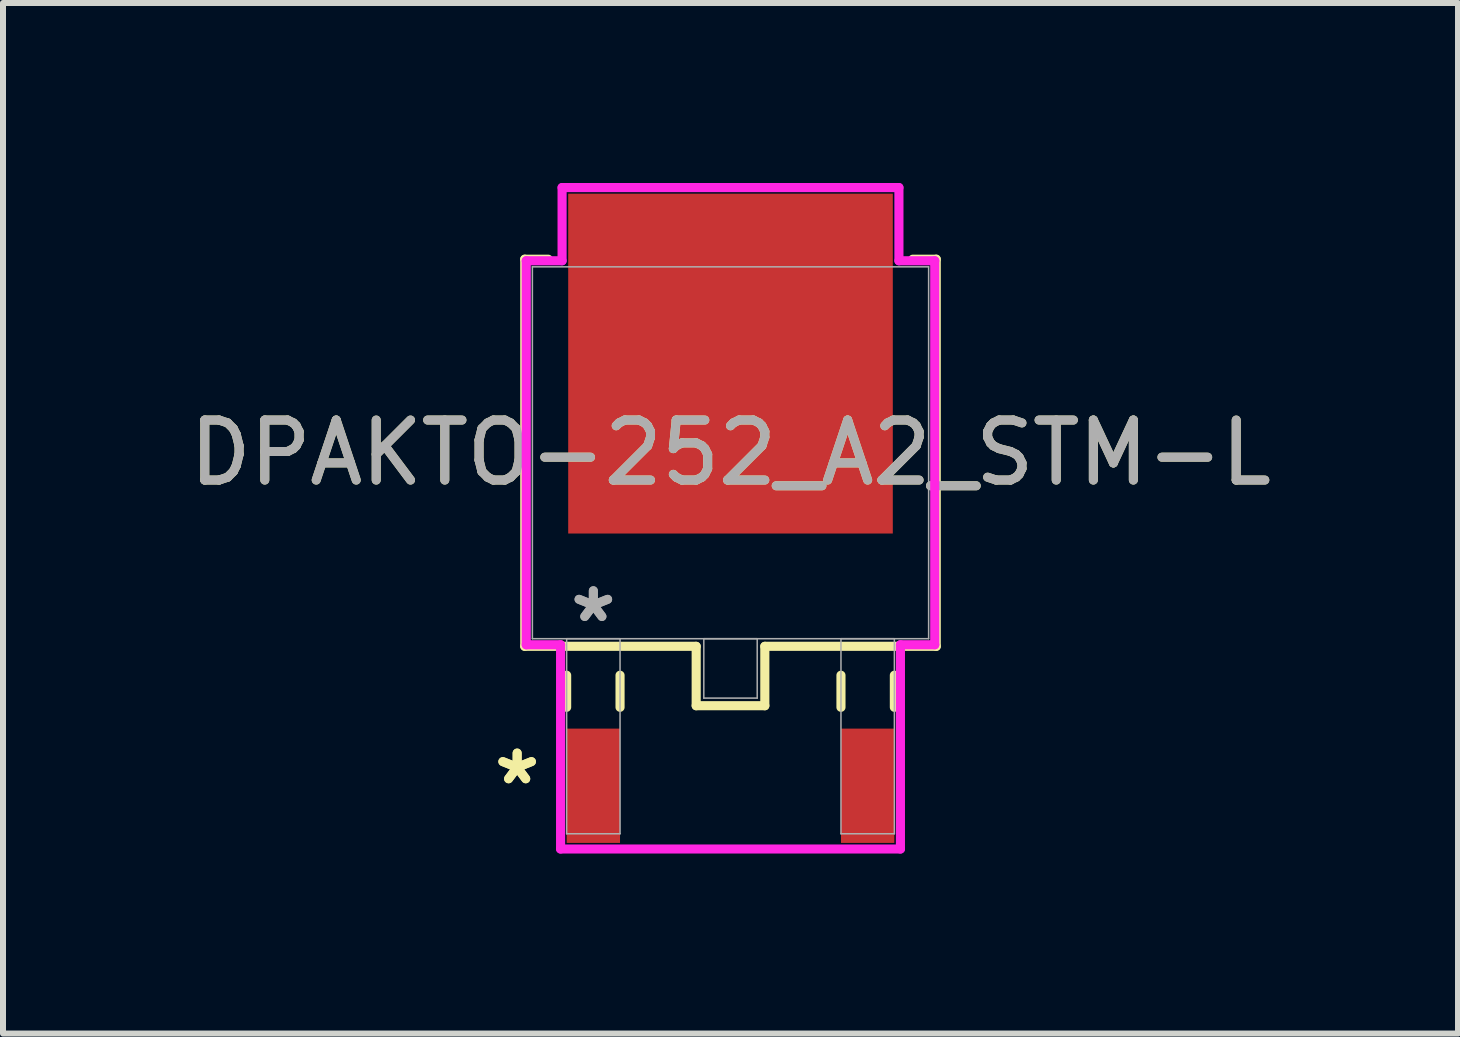
<source format=kicad_pcb>
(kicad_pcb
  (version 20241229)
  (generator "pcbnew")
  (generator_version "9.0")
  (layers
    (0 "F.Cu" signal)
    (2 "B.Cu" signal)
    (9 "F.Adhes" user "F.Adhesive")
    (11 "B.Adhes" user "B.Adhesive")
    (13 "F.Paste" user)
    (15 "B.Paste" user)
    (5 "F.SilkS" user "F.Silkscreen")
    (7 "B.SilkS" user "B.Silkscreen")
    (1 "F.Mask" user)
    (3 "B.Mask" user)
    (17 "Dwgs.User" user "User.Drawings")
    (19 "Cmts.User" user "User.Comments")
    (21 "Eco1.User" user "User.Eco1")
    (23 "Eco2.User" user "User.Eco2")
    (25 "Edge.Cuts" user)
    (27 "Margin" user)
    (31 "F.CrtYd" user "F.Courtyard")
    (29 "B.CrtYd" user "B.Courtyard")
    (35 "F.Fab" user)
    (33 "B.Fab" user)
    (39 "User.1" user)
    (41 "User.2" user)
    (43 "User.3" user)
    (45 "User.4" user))
  (footprint "DPAKTO-252_A2_STM-L"
    (layer "F.Cu")
    (at 9.125 4.496)
    (property "Reference" "DPAKTO-252_A2_STM-L" (at 0 0 0) (unlocked yes) (layer "F.SilkS") (effects (font (size 1 1) (thickness 0.15))))
    (attr smd)
    (fp_line (start -3.429 -3.226) (end -3.429 3.226) (stroke (width 0.152) (type solid)) (layer "F.SilkS"))
    (fp_line (start -3.429 3.226) (end -0.572 3.226) (stroke (width 0.152) (type solid)) (layer "F.SilkS"))
    (fp_line (start -3.038 -3.226) (end -3.429 -3.226) (stroke (width 0.152) (type solid)) (layer "F.SilkS"))
    (fp_line (start -2.731 3.708) (end -2.731 4.242) (stroke (width 0.152) (type solid)) (layer "F.SilkS"))
    (fp_line (start -1.841 3.708) (end -1.841 4.242) (stroke (width 0.152) (type solid)) (layer "F.SilkS"))
    (fp_line (start -0.572 3.226) (end -0.572 4.216) (stroke (width 0.152) (type solid)) (layer "F.SilkS"))
    (fp_line (start -0.572 4.216) (end 0.572 4.216) (stroke (width 0.152) (type solid)) (layer "F.SilkS"))
    (fp_line (start 0.572 3.226) (end 3.429 3.226) (stroke (width 0.152) (type solid)) (layer "F.SilkS"))
    (fp_line (start 0.572 4.216) (end 0.572 3.226) (stroke (width 0.152) (type solid)) (layer "F.SilkS"))
    (fp_line (start 1.841 3.708) (end 1.841 4.242) (stroke (width 0.152) (type solid)) (layer "F.SilkS"))
    (fp_line (start 2.731 3.708) (end 2.731 4.242) (stroke (width 0.152) (type solid)) (layer "F.SilkS"))
    (fp_line (start 3.429 -3.226) (end 3.038 -3.226) (stroke (width 0.152) (type solid)) (layer "F.SilkS"))
    (fp_line (start 3.429 3.226) (end 3.429 -3.226) (stroke (width 0.152) (type solid)) (layer "F.SilkS"))
    (fp_line (start -3.404 -3.2) (end -2.807 -3.2) (stroke (width 0.152) (type solid)) (layer "F.CrtYd"))
    (fp_line (start -3.404 3.2) (end -3.404 -3.2) (stroke (width 0.152) (type solid)) (layer "F.CrtYd"))
    (fp_line (start -2.832 3.2) (end -3.404 3.2) (stroke (width 0.152) (type solid)) (layer "F.CrtYd"))
    (fp_line (start -2.832 6.604) (end -2.832 3.2) (stroke (width 0.152) (type solid)) (layer "F.CrtYd"))
    (fp_line (start -2.807 -4.42) (end 2.807 -4.42) (stroke (width 0.152) (type solid)) (layer "F.CrtYd"))
    (fp_line (start -2.807 -3.2) (end -2.807 -4.42) (stroke (width 0.152) (type solid)) (layer "F.CrtYd"))
    (fp_line (start 2.807 -4.42) (end 2.807 -3.2) (stroke (width 0.152) (type solid)) (layer "F.CrtYd"))
    (fp_line (start 2.807 -3.2) (end 3.404 -3.2) (stroke (width 0.152) (type solid)) (layer "F.CrtYd"))
    (fp_line (start 2.832 3.2) (end 2.832 6.604) (stroke (width 0.152) (type solid)) (layer "F.CrtYd"))
    (fp_line (start 2.832 6.604) (end -2.832 6.604) (stroke (width 0.152) (type solid)) (layer "F.CrtYd"))
    (fp_line (start 3.404 -3.2) (end 3.404 3.2) (stroke (width 0.152) (type solid)) (layer "F.CrtYd"))
    (fp_line (start 3.404 3.2) (end 2.832 3.2) (stroke (width 0.152) (type solid)) (layer "F.CrtYd"))
    (fp_line (start -3.302 -3.099) (end -3.302 3.099) (stroke (width 0.025) (type solid)) (layer "F.Fab"))
    (fp_line (start -3.302 3.099) (end 3.302 3.099) (stroke (width 0.025) (type solid)) (layer "F.Fab"))
    (fp_line (start -2.731 3.099) (end -2.731 6.35) (stroke (width 0.025) (type solid)) (layer "F.Fab"))
    (fp_line (start -2.731 6.35) (end -1.841 6.35) (stroke (width 0.025) (type solid)) (layer "F.Fab"))
    (fp_line (start -1.841 3.099) (end -2.731 3.099) (stroke (width 0.025) (type solid)) (layer "F.Fab"))
    (fp_line (start -1.841 6.35) (end -1.841 3.099) (stroke (width 0.025) (type solid)) (layer "F.Fab"))
    (fp_line (start -0.445 3.099) (end -0.445 4.089) (stroke (width 0.025) (type solid)) (layer "F.Fab"))
    (fp_line (start -0.445 4.089) (end 0.445 4.089) (stroke (width 0.025) (type solid)) (layer "F.Fab"))
    (fp_line (start 0.445 3.099) (end -0.445 3.099) (stroke (width 0.025) (type solid)) (layer "F.Fab"))
    (fp_line (start 0.445 4.089) (end 0.445 3.099) (stroke (width 0.025) (type solid)) (layer "F.Fab"))
    (fp_line (start 1.841 3.099) (end 1.841 6.35) (stroke (width 0.025) (type solid)) (layer "F.Fab"))
    (fp_line (start 1.841 6.35) (end 2.731 6.35) (stroke (width 0.025) (type solid)) (layer "F.Fab"))
    (fp_line (start 2.731 3.099) (end 1.841 3.099) (stroke (width 0.025) (type solid)) (layer "F.Fab"))
    (fp_line (start 2.731 6.35) (end 2.731 3.099) (stroke (width 0.025) (type solid)) (layer "F.Fab"))
    (fp_line (start 3.302 -3.099) (end -3.302 -3.099) (stroke (width 0.025) (type solid)) (layer "F.Fab"))
    (fp_line (start 3.302 3.099) (end 3.302 -3.099) (stroke (width 0.025) (type solid)) (layer "F.Fab"))
    (fp_text user "*" (at -3.556 5.55 0) (layer "F.SilkS") (effects (font (size 1 1) (thickness 0.15))))
    (fp_text user "*" (at -3.556 5.55 0) (unlocked yes) (layer "F.SilkS") (effects (font (size 1 1) (thickness 0.15))))
    (fp_text user "*" (at -2.286 2.845 0) (unlocked yes) (layer "F.Fab") (effects (font (size 1 1) (thickness 0.15))))
    (fp_text user "*" (at -2.286 2.845 0) (layer "F.Fab") (effects (font (size 1 1) (thickness 0.15))))
    (fp_text user "${REFERENCE}" (at 0 0 0) (unlocked yes) (layer "F.Fab") (effects (font (size 1 1) (thickness 0.15))))
    (pad "1" smd rect (at -2.286 5.55) (size 0.889 1.905) (layers "F.Cu" "F.Mask" "F.Paste"))
    (pad "2" smd rect (at 0 -1.486) (size 5.41 5.664) (layers "F.Cu" "F.Mask" "F.Paste"))
    (pad "3" smd rect (at 2.286 5.55) (size 0.889 1.905) (layers "F.Cu" "F.Mask" "F.Paste")))
  (gr_rect
    (start -3 -3)
    (end 21.25 14.176)
    (stroke (width 0.1) (type default))
    (fill no)
    (layer "Edge.Cuts")))
</source>
